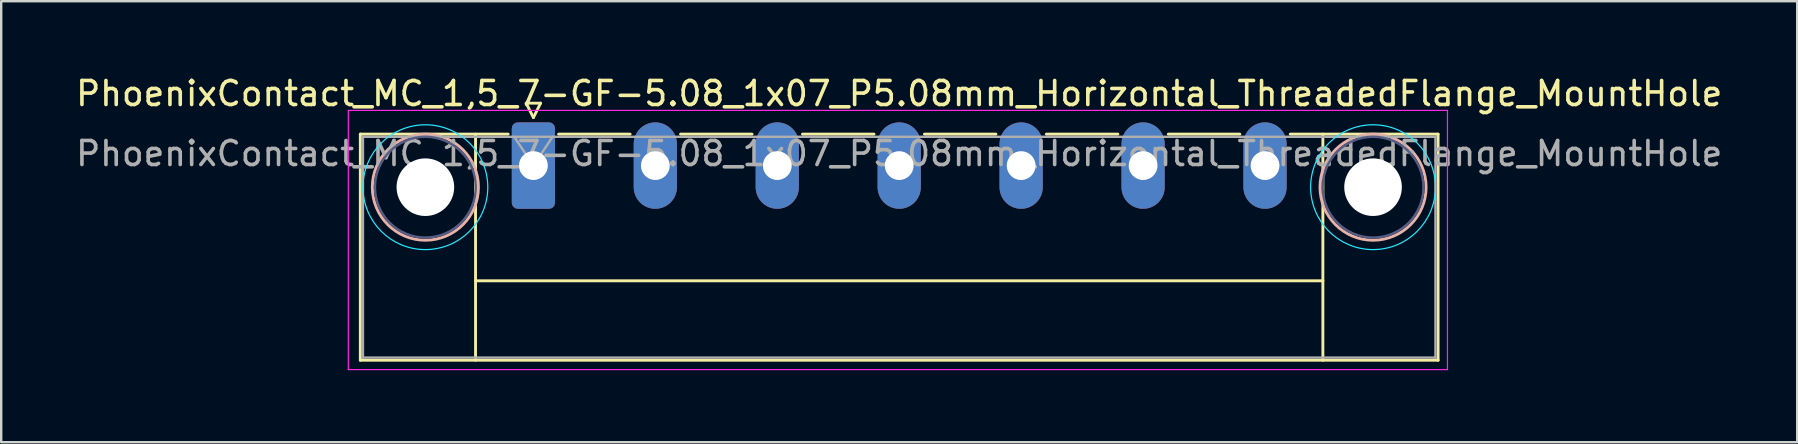
<source format=kicad_pcb>
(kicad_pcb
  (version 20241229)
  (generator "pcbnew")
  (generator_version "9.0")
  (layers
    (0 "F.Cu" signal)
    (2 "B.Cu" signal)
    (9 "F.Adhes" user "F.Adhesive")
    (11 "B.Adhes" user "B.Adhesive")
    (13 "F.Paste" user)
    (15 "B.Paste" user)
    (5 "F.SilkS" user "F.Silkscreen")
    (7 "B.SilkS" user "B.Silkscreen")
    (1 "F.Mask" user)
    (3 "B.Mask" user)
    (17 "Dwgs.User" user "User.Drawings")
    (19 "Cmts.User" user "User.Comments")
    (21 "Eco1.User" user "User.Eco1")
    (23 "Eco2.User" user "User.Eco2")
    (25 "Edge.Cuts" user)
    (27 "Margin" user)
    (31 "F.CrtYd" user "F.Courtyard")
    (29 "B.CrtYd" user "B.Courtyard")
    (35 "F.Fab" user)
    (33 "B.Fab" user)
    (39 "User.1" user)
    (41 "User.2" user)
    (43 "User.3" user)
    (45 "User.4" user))
  (footprint "PhoenixContact_MC_1,5_7-GF-5.08_1x07_P5.08mm_Horizontal_ThreadedFlange_MountHole"
    (layer "F.Cu")
    (at 19.171 3.848)
    (property "Reference" "PhoenixContact_MC_1,5_7-GF-5.08_1x07_P5.08mm_Horizontal_ThreadedFlange_MountHole" (at 15.24 -3 0) (layer "F.SilkS") (effects (font (size 1 1) (thickness 0.15))))
    (attr through_hole)
    (fp_line (start -7.21 -1.31) (end -7.21 8.11) (stroke (width 0.12) (type solid)) (layer "F.SilkS"))
    (fp_line (start -7.21 -1.31) (end -1.05 -1.31) (stroke (width 0.12) (type solid)) (layer "F.SilkS"))
    (fp_line (start -7.21 8.11) (end 37.69 8.11) (stroke (width 0.12) (type solid)) (layer "F.SilkS"))
    (fp_line (start -2.41 -1.31) (end -2.41 8.11) (stroke (width 0.12) (type solid)) (layer "F.SilkS"))
    (fp_line (start -2.41 4.8) (end 32.89 4.8) (stroke (width 0.12) (type solid)) (layer "F.SilkS"))
    (fp_line (start -0.3 -2.6) (end 0.3 -2.6) (stroke (width 0.12) (type solid)) (layer "F.SilkS"))
    (fp_line (start 0 -2) (end -0.3 -2.6) (stroke (width 0.12) (type solid)) (layer "F.SilkS"))
    (fp_line (start 0.3 -2.6) (end 0 -2) (stroke (width 0.12) (type solid)) (layer "F.SilkS"))
    (fp_line (start 1.05 -1.31) (end 4.03 -1.31) (stroke (width 0.12) (type solid)) (layer "F.SilkS"))
    (fp_line (start 6.13 -1.31) (end 9.11 -1.31) (stroke (width 0.12) (type solid)) (layer "F.SilkS"))
    (fp_line (start 11.21 -1.31) (end 14.19 -1.31) (stroke (width 0.12) (type solid)) (layer "F.SilkS"))
    (fp_line (start 16.29 -1.31) (end 19.27 -1.31) (stroke (width 0.12) (type solid)) (layer "F.SilkS"))
    (fp_line (start 21.37 -1.31) (end 24.35 -1.31) (stroke (width 0.12) (type solid)) (layer "F.SilkS"))
    (fp_line (start 26.45 -1.31) (end 29.43 -1.31) (stroke (width 0.12) (type solid)) (layer "F.SilkS"))
    (fp_line (start 32.89 -1.31) (end 32.89 8.11) (stroke (width 0.12) (type solid)) (layer "F.SilkS"))
    (fp_line (start 37.69 -1.31) (end 31.53 -1.31) (stroke (width 0.12) (type solid)) (layer "F.SilkS"))
    (fp_line (start 37.69 8.11) (end 37.69 -1.31) (stroke (width 0.12) (type solid)) (layer "F.SilkS"))
    (fp_circle (center -4.5 0.9) (end -2.29 0.9) (stroke (width 0.12) (type solid)) (fill no) (layer "B.SilkS"))
    (fp_circle (center 34.98 0.9) (end 37.19 0.9) (stroke (width 0.12) (type solid)) (fill no) (layer "B.SilkS"))
    (fp_circle (center -4.5 0.9) (end -1.9 0.9) (stroke (width 0.05) (type solid)) (fill no) (layer "B.CrtYd"))
    (fp_circle (center 34.98 0.9) (end 37.58 0.9) (stroke (width 0.05) (type solid)) (fill no) (layer "B.CrtYd"))
    (fp_line (start -7.71 -2.3) (end -7.71 8.5) (stroke (width 0.05) (type solid)) (layer "F.CrtYd"))
    (fp_line (start -7.71 8.5) (end 38.08 8.5) (stroke (width 0.05) (type solid)) (layer "F.CrtYd"))
    (fp_line (start 38.08 -2.3) (end -7.71 -2.3) (stroke (width 0.05) (type solid)) (layer "F.CrtYd"))
    (fp_line (start 38.08 8.5) (end 38.08 -2.3) (stroke (width 0.05) (type solid)) (layer "F.CrtYd"))
    (fp_circle (center -4.5 0.9) (end -2.4 0.9) (stroke (width 0.1) (type solid)) (fill no) (layer "B.Fab"))
    (fp_circle (center 34.98 0.9) (end 37.08 0.9) (stroke (width 0.1) (type solid)) (fill no) (layer "B.Fab"))
    (fp_line (start -7.1 -1.2) (end -7.1 8) (stroke (width 0.1) (type solid)) (layer "F.Fab"))
    (fp_line (start -7.1 8) (end 37.58 8) (stroke (width 0.1) (type solid)) (layer "F.Fab"))
    (fp_line (start 0 0) (end -0.8 -1.2) (stroke (width 0.1) (type solid)) (layer "F.Fab"))
    (fp_line (start 0.8 -1.2) (end 0 0) (stroke (width 0.1) (type solid)) (layer "F.Fab"))
    (fp_line (start 37.58 -1.2) (end -7.1 -1.2) (stroke (width 0.1) (type solid)) (layer "F.Fab"))
    (fp_line (start 37.58 8) (end 37.58 -1.2) (stroke (width 0.1) (type solid)) (layer "F.Fab"))
    (fp_text user "${REFERENCE}" (at 15.24 -0.5 0) (layer "F.Fab") (effects (font (size 1 1) (thickness 0.15))))
    (pad "" np_thru_hole circle (at -4.5 0.9) (size 2.4 2.4) (drill 2.4) (layers "*.Cu" "*.Mask"))
    (pad "" np_thru_hole circle (at 34.98 0.9) (size 2.4 2.4) (drill 2.4) (layers "*.Cu" "*.Mask"))
    (pad "1" thru_hole roundrect (at 0 0) (size 1.8 3.6) (drill 1.2) (layers "*.Cu" "*.Mask") (roundrect_rratio 0.139))
    (pad "2" thru_hole oval (at 5.08 0) (size 1.8 3.6) (drill 1.2) (layers "*.Cu" "*.Mask"))
    (pad "3" thru_hole oval (at 10.16 0) (size 1.8 3.6) (drill 1.2) (layers "*.Cu" "*.Mask"))
    (pad "4" thru_hole oval (at 15.24 0) (size 1.8 3.6) (drill 1.2) (layers "*.Cu" "*.Mask"))
    (pad "5" thru_hole oval (at 20.32 0) (size 1.8 3.6) (drill 1.2) (layers "*.Cu" "*.Mask"))
    (pad "6" thru_hole oval (at 25.4 0) (size 1.8 3.6) (drill 1.2) (layers "*.Cu" "*.Mask"))
    (pad "7" thru_hole oval (at 30.48 0) (size 1.8 3.6) (drill 1.2) (layers "*.Cu" "*.Mask")))
  (gr_rect
    (start -3 -3)
    (end 71.821 15.373)
    (stroke (width 0.1) (type default))
    (fill no)
    (layer "Edge.Cuts")))
</source>
